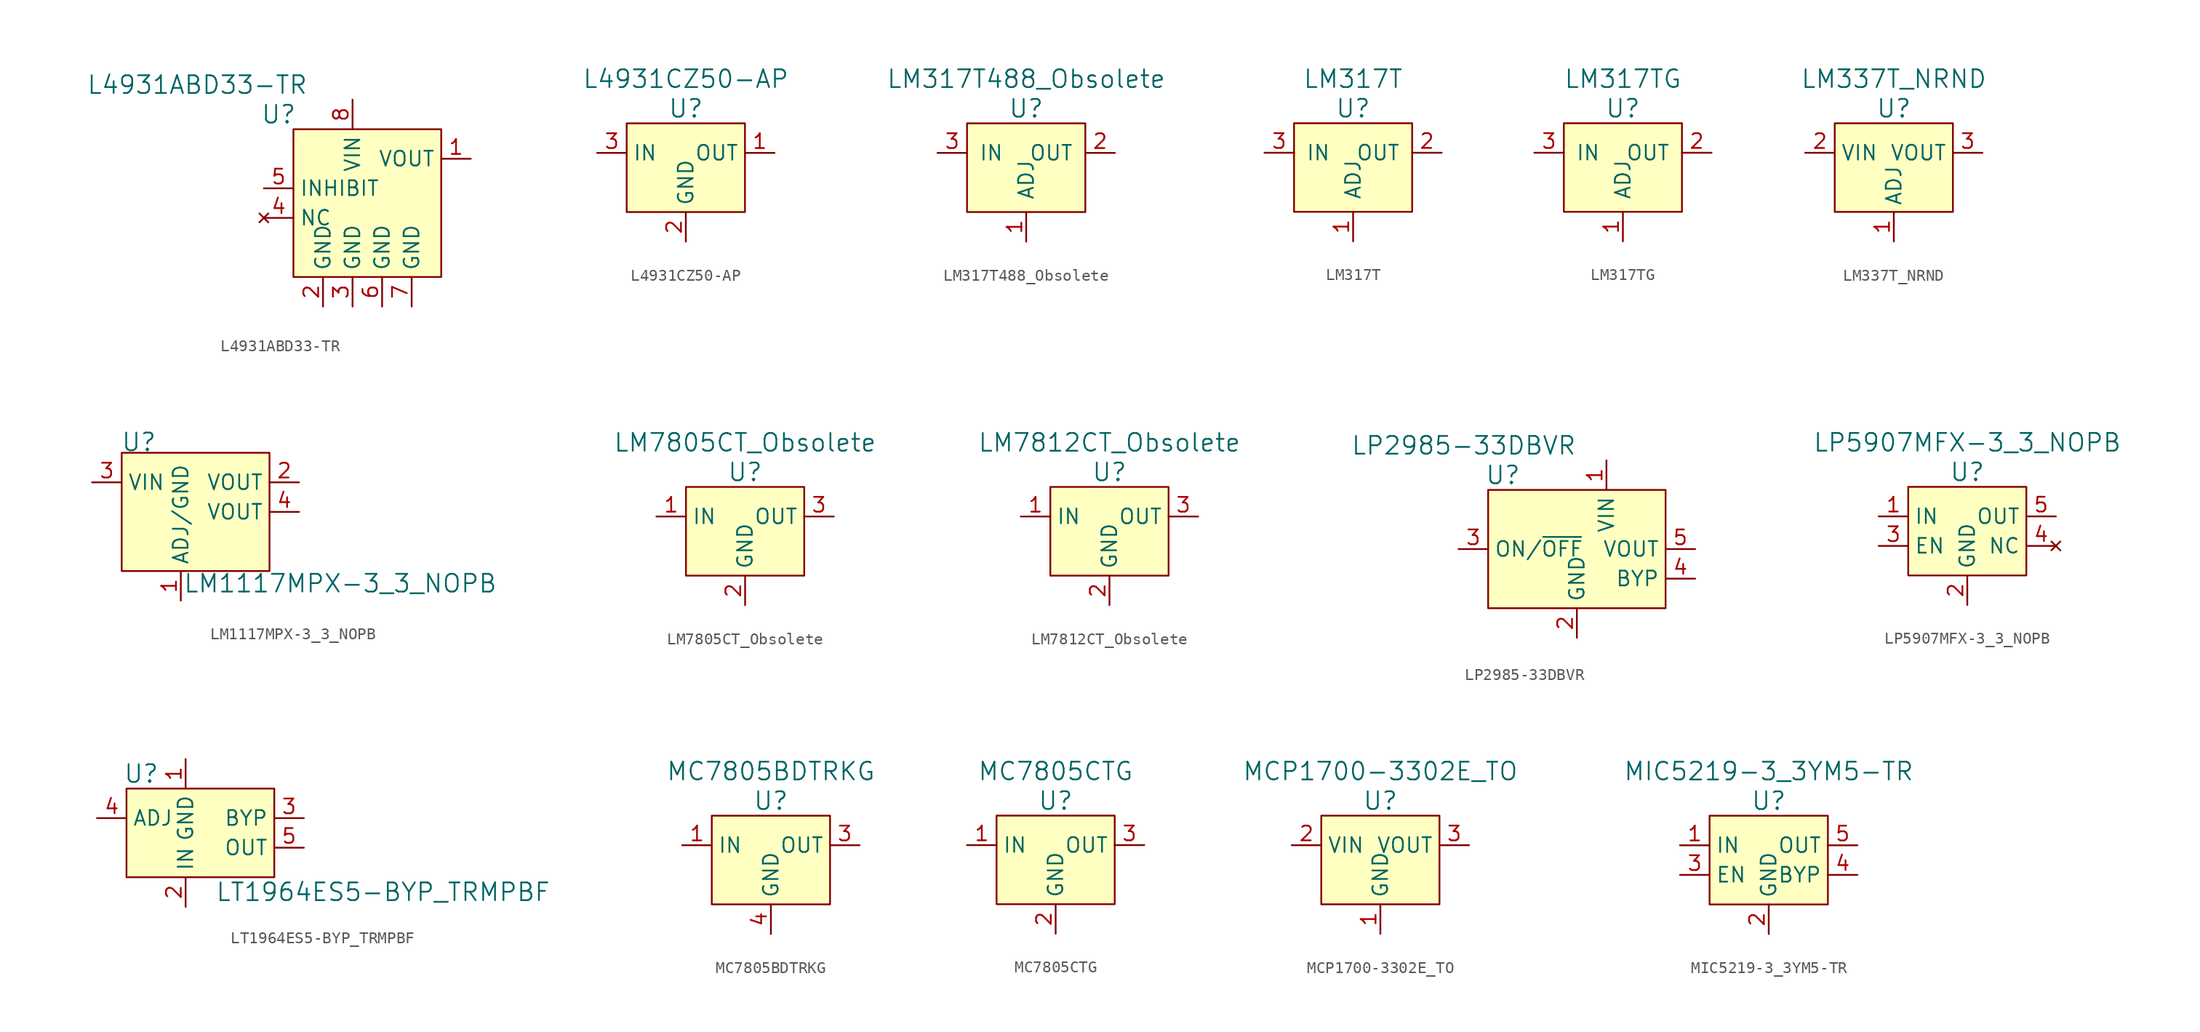
<source format=kicad_sym>
(kicad_symbol_lib
  (version 20220914)
  (generator kicad_symbol_editor)
  (symbol "L4931ABD33-TR"
    (property "Reference" "U"
      (at -6.35 6.35 0)
      (effects (font (size 1.524 1.524))))
    (property "Value" "L4931ABD33-TR"
      (at -3.81 8.89 0)
      (effects (font (size 1.524 1.524)) (justify right)))
    (symbol "L4931ABD33-TR_0_1"
      (rectangle (start -5.08 5.08) (end 7.62 -7.62) (stroke (width 0) (type solid)) (fill (type background))))
    (symbol "L4931ABD33-TR_1_1"
      (pin power_out line (at 10.16 2.54 180) (length 2.54) (name "VOUT" (effects (font (size 1.27 1.27)))) (number "1" (effects (font (size 1.27 1.27)))))
      (pin power_in line (at -2.54 -10.16 90) (length 2.54) (name "GND" (effects (font (size 1.27 1.27)))) (number "2" (effects (font (size 1.27 1.27)))))
      (pin power_in line (at 0 -10.16 90) (length 2.54) (name "GND" (effects (font (size 1.27 1.27)))) (number "3" (effects (font (size 1.27 1.27)))))
      (pin no_connect line (at -7.62 -2.54 0) (length 2.54) (name "NC" (effects (font (size 1.27 1.27)))) (number "4" (effects (font (size 1.27 1.27)))))
      (pin input line (at -7.62 0 0) (length 2.54) (name "INHIBIT" (effects (font (size 1.27 1.27)))) (number "5" (effects (font (size 1.27 1.27)))))
      (pin power_in line (at 2.54 -10.16 90) (length 2.54) (name "GND" (effects (font (size 1.27 1.27)))) (number "6" (effects (font (size 1.27 1.27)))))
      (pin power_in line (at 5.08 -10.16 90) (length 2.54) (name "GND" (effects (font (size 1.27 1.27)))) (number "7" (effects (font (size 1.27 1.27)))))
      (pin power_in line (at 0 7.62 270) (length 2.54) (name "VIN" (effects (font (size 1.27 1.27)))) (number "8" (effects (font (size 1.27 1.27)))))))
  (symbol "L4931CZ50-AP"
    (property "Reference" "U"
      (at 0 3.81 0)
      (effects (font (size 1.524 1.524))))
    (property "Value" "L4931CZ50-AP"
      (at 0 6.35 0)
      (effects (font (size 1.524 1.524))))
    (symbol "L4931CZ50-AP_0_1"
      (rectangle (start -5.08 2.54) (end 5.08 -5.08) (stroke (width 0) (type solid)) (fill (type background))))
    (symbol "L4931CZ50-AP_1_1"
      (pin power_out line (at 7.62 0 180) (length 2.54) (name "OUT" (effects (font (size 1.27 1.27)))) (number "1" (effects (font (size 1.27 1.27)))))
      (pin power_in line (at 0 -7.62 90) (length 2.54) (name "GND" (effects (font (size 1.27 1.27)))) (number "2" (effects (font (size 1.27 1.27)))))
      (pin power_in line (at -7.62 0 0) (length 2.54) (name "IN" (effects (font (size 1.27 1.27)))) (number "3" (effects (font (size 1.27 1.27)))))))
  (symbol "LM317T488_Obsolete"
    (pin_names
      (offset 1.016))
    (property "Reference" "U"
      (at 0 3.81 0)
      (effects (font (size 1.524 1.524))))
    (property "Value" "LM317T488_Obsolete"
      (at 0 6.35 0)
      (effects (font (size 1.524 1.524))))
    (symbol "LM317T488_Obsolete_0_1"
      (rectangle (start -5.08 2.54) (end 5.08 -5.08) (stroke (width 0) (type solid)) (fill (type background))))
    (symbol "LM317T488_Obsolete_1_1"
      (pin input line (at 0 -7.62 90) (length 2.54) (name "ADJ" (effects (font (size 1.27 1.27)))) (number "1" (effects (font (size 1.27 1.27)))))
      (pin power_out line (at 7.62 0 180) (length 2.54) (name "OUT" (effects (font (size 1.27 1.27)))) (number "2" (effects (font (size 1.27 1.27)))))
      (pin power_in line (at -7.62 0 0) (length 2.54) (name "IN" (effects (font (size 1.27 1.27)))) (number "3" (effects (font (size 1.27 1.27)))))))
  (symbol "LM317T"
    (pin_names
      (offset 1.016))
    (property "Reference" "U"
      (at 0 3.81 0)
      (effects (font (size 1.524 1.524))))
    (property "Value" "LM317T"
      (at 0 6.35 0)
      (effects (font (size 1.524 1.524))))
    (symbol "LM317T_0_1"
      (rectangle (start -5.08 2.54) (end 5.08 -5.08) (stroke (width 0) (type solid)) (fill (type background))))
    (symbol "LM317T_1_1"
      (pin input line (at 0 -7.62 90) (length 2.54) (name "ADJ" (effects (font (size 1.27 1.27)))) (number "1" (effects (font (size 1.27 1.27)))))
      (pin power_out line (at 7.62 0 180) (length 2.54) (name "OUT" (effects (font (size 1.27 1.27)))) (number "2" (effects (font (size 1.27 1.27)))))
      (pin power_in line (at -7.62 0 0) (length 2.54) (name "IN" (effects (font (size 1.27 1.27)))) (number "3" (effects (font (size 1.27 1.27)))))))
  (symbol "LM317TG"
    (pin_names
      (offset 1.016))
    (property "Reference" "U"
      (at 0 3.81 0)
      (effects (font (size 1.524 1.524))))
    (property "Value" "LM317TG"
      (at 0 6.35 0)
      (effects (font (size 1.524 1.524))))
    (symbol "LM317TG_0_1"
      (rectangle (start -5.08 2.54) (end 5.08 -5.08) (stroke (width 0) (type solid)) (fill (type background))))
    (symbol "LM317TG_1_1"
      (pin input line (at 0 -7.62 90) (length 2.54) (name "ADJ" (effects (font (size 1.27 1.27)))) (number "1" (effects (font (size 1.27 1.27)))))
      (pin power_out line (at 7.62 0 180) (length 2.54) (name "OUT" (effects (font (size 1.27 1.27)))) (number "2" (effects (font (size 1.27 1.27)))))
      (pin power_in line (at -7.62 0 0) (length 2.54) (name "IN" (effects (font (size 1.27 1.27)))) (number "3" (effects (font (size 1.27 1.27)))))))
  (symbol "LM337T_NRND"
    (property "Reference" "U"
      (at 0 3.81 0)
      (effects (font (size 1.524 1.524))))
    (property "Value" "LM337T_NRND"
      (at 0 6.35 0)
      (effects (font (size 1.524 1.524))))
    (symbol "LM337T_NRND_0_1"
      (rectangle (start -5.08 2.54) (end 5.08 -5.08) (stroke (width 0) (type solid)) (fill (type background))))
    (symbol "LM337T_NRND_1_1"
      (pin input line (at 0 -7.62 90) (length 2.54) (name "ADJ" (effects (font (size 1.27 1.27)))) (number "1" (effects (font (size 1.27 1.27)))))
      (pin power_in line (at -7.62 0 0) (length 2.54) (name "VIN" (effects (font (size 1.27 1.27)))) (number "2" (effects (font (size 1.27 1.27)))))
      (pin power_out line (at 7.62 0 180) (length 2.54) (name "VOUT" (effects (font (size 1.27 1.27)))) (number "3" (effects (font (size 1.27 1.27)))))))
  (symbol "LM1117MPX-3_3_NOPB"
    (property "Reference" "U"
      (at -7.696 3.454 0)
      (effects (font (size 1.524 1.524)) (justify left)))
    (property "Value" "LM1117MPX-3_3_NOPB"
      (at -2.362 -8.687 0)
      (effects (font (size 1.524 1.524)) (justify left)))
    (symbol "LM1117MPX-3_3_NOPB_0_1"
      (rectangle (start 5.08 2.54) (end -7.62 -7.62) (stroke (width 0) (type solid)) (fill (type background))))
    (symbol "LM1117MPX-3_3_NOPB_1_1"
      (pin power_in line (at -2.54 -10.16 90) (length 2.54) (name "ADJ/GND" (effects (font (size 1.27 1.27)))) (number "1" (effects (font (size 1.27 1.27)))))
      (pin power_out line (at 7.62 0 180) (length 2.54) (name "VOUT" (effects (font (size 1.27 1.27)))) (number "2" (effects (font (size 1.27 1.27)))))
      (pin power_in line (at -10.16 0 0) (length 2.54) (name "VIN" (effects (font (size 1.27 1.27)))) (number "3" (effects (font (size 1.27 1.27)))))
      (pin power_out line (at 7.62 -2.54 180) (length 2.54) (name "VOUT" (effects (font (size 1.27 1.27)))) (number "4" (effects (font (size 1.27 1.27)))))))
  (symbol "LM7805CT_Obsolete"
    (property "Reference" "U"
      (at 0 3.81 0)
      (effects (font (size 1.524 1.524))))
    (property "Value" "LM7805CT_Obsolete"
      (at 0 6.35 0)
      (effects (font (size 1.524 1.524))))
    (symbol "LM7805CT_Obsolete_0_1"
      (rectangle (start -5.08 2.54) (end 5.08 -5.08) (stroke (width 0) (type solid)) (fill (type background))))
    (symbol "LM7805CT_Obsolete_1_1"
      (pin power_in line (at -7.62 0 0) (length 2.54) (name "IN" (effects (font (size 1.27 1.27)))) (number "1" (effects (font (size 1.27 1.27)))))
      (pin power_in line (at 0 -7.62 90) (length 2.54) (name "GND" (effects (font (size 1.27 1.27)))) (number "2" (effects (font (size 1.27 1.27)))))
      (pin power_out line (at 7.62 0 180) (length 2.54) (name "OUT" (effects (font (size 1.27 1.27)))) (number "3" (effects (font (size 1.27 1.27)))))))
  (symbol "LM7812CT_Obsolete"
    (property "Reference" "U"
      (at 0 3.81 0)
      (effects (font (size 1.524 1.524))))
    (property "Value" "LM7812CT_Obsolete"
      (at 0 6.35 0)
      (effects (font (size 1.524 1.524))))
    (symbol "LM7812CT_Obsolete_0_1"
      (rectangle (start -5.08 2.54) (end 5.08 -5.08) (stroke (width 0) (type solid)) (fill (type background))))
    (symbol "LM7812CT_Obsolete_1_1"
      (pin power_in line (at -7.62 0 0) (length 2.54) (name "IN" (effects (font (size 1.27 1.27)))) (number "1" (effects (font (size 1.27 1.27)))))
      (pin power_in line (at 0 -7.62 90) (length 2.54) (name "GND" (effects (font (size 1.27 1.27)))) (number "2" (effects (font (size 1.27 1.27)))))
      (pin power_out line (at 7.62 0 180) (length 2.54) (name "OUT" (effects (font (size 1.27 1.27)))) (number "3" (effects (font (size 1.27 1.27)))))))
  (symbol "LP2985-33DBVR"
    (property "Reference" "U"
      (at -6.35 6.35 0)
      (effects (font (size 1.524 1.524))))
    (property "Value" "LP2985-33DBVR"
      (at 0 8.89 0)
      (effects (font (size 1.524 1.524)) (justify right)))
    (symbol "LP2985-33DBVR_0_1"
      (rectangle (start -7.62 5.08) (end 7.62 -5.08) (stroke (width 0) (type solid)) (fill (type background))))
    (symbol "LP2985-33DBVR_1_1"
      (pin power_in line (at 2.54 7.62 270) (length 2.54) (name "VIN" (effects (font (size 1.27 1.27)))) (number "1" (effects (font (size 1.27 1.27)))))
      (pin power_in line (at 0 -7.62 90) (length 2.54) (name "GND" (effects (font (size 1.27 1.27)))) (number "2" (effects (font (size 1.27 1.27)))))
      (pin input line (at -10.16 0 0) (length 2.54) (name "ON/~{OFF}" (effects (font (size 1.27 1.27)))) (number "3" (effects (font (size 1.27 1.27)))))
      (pin passive line (at 10.16 -2.54 180) (length 2.54) (name "BYP" (effects (font (size 1.27 1.27)))) (number "4" (effects (font (size 1.27 1.27)))))
      (pin power_out line (at 10.16 0 180) (length 2.54) (name "VOUT" (effects (font (size 1.27 1.27)))) (number "5" (effects (font (size 1.27 1.27)))))))
  (symbol "LP5907MFX-3_3_NOPB"
    (property "Reference" "U"
      (at 0 8.89 0)
      (effects (font (size 1.524 1.524))))
    (property "Value" "LP5907MFX-3_3_NOPB"
      (at 0 11.43 0)
      (effects (font (size 1.524 1.524))))
    (symbol "LP5907MFX-3_3_NOPB_0_1"
      (rectangle (start -5.08 7.62) (end 5.08 0) (stroke (width 0) (type solid)) (fill (type background))))
    (symbol "LP5907MFX-3_3_NOPB_1_1"
      (pin power_in line (at -7.62 5.08 0) (length 2.54) (name "IN" (effects (font (size 1.27 1.27)))) (number "1" (effects (font (size 1.27 1.27)))))
      (pin power_in line (at 0 -2.54 90) (length 2.54) (name "GND" (effects (font (size 1.27 1.27)))) (number "2" (effects (font (size 1.27 1.27)))))
      (pin input line (at -7.62 2.54 0) (length 2.54) (name "EN" (effects (font (size 1.27 1.27)))) (number "3" (effects (font (size 1.27 1.27)))))
      (pin no_connect line (at 7.62 2.54 180) (length 2.54) (name "NC" (effects (font (size 1.27 1.27)))) (number "4" (effects (font (size 1.27 1.27)))))
      (pin power_out line (at 7.62 5.08 180) (length 2.54) (name "OUT" (effects (font (size 1.27 1.27)))) (number "5" (effects (font (size 1.27 1.27)))))))
  (symbol "LT1964ES5-BYP_TRMPBF"
    (property "Reference" "U"
      (at -3.81 3.81 0)
      (effects (font (size 1.524 1.524))))
    (property "Value" "LT1964ES5-BYP_TRMPBF"
      (at 2.54 -6.35 0)
      (effects (font (size 1.524 1.524)) (justify left)))
    (symbol "LT1964ES5-BYP_TRMPBF_0_1"
      (rectangle (start -5.08 2.54) (end 7.62 -5.08) (stroke (width 0) (type solid)) (fill (type background))))
    (symbol "LT1964ES5-BYP_TRMPBF_1_1"
      (pin power_in line (at 0 5.08 270) (length 2.54) (name "GND" (effects (font (size 1.27 1.27)))) (number "1" (effects (font (size 1.27 1.27)))))
      (pin power_in line (at 0 -7.62 90) (length 2.54) (name "IN" (effects (font (size 1.27 1.27)))) (number "2" (effects (font (size 1.27 1.27)))))
      (pin passive line (at 10.16 0 180) (length 2.54) (name "BYP" (effects (font (size 1.27 1.27)))) (number "3" (effects (font (size 1.27 1.27)))))
      (pin input line (at -7.62 0 0) (length 2.54) (name "ADJ" (effects (font (size 1.27 1.27)))) (number "4" (effects (font (size 1.27 1.27)))))
      (pin output line (at 10.16 -2.54 180) (length 2.54) (name "OUT" (effects (font (size 1.27 1.27)))) (number "5" (effects (font (size 1.27 1.27)))))))
  (symbol "MC7805BDTRKG"
    (property "Reference" "U"
      (at 0 3.81 0)
      (effects (font (size 1.524 1.524))))
    (property "Value" "MC7805BDTRKG"
      (at 0 6.35 0)
      (effects (font (size 1.524 1.524))))
    (symbol "MC7805BDTRKG_0_1"
      (rectangle (start -5.08 2.54) (end 5.08 -5.08) (stroke (width 0) (type solid)) (fill (type background))))
    (symbol "MC7805BDTRKG_1_1"
      (pin input line (at -7.62 0 0) (length 2.54) (name "IN" (effects (font (size 1.27 1.27)))) (number "1" (effects (font (size 1.27 1.27)))))
      (pin output line (at 7.62 0 180) (length 2.54) (name "OUT" (effects (font (size 1.27 1.27)))) (number "3" (effects (font (size 1.27 1.27)))))
      (pin power_in line (at 0 -7.62 90) (length 2.54) (name "GND" (effects (font (size 1.27 1.27)))) (number "4" (effects (font (size 1.27 1.27)))))))
  (symbol "MC7805CTG"
    (property "Reference" "U"
      (at 0 3.81 0)
      (effects (font (size 1.524 1.524))))
    (property "Value" "MC7805CTG"
      (at 0 6.35 0)
      (effects (font (size 1.524 1.524))))
    (symbol "MC7805CTG_0_1"
      (rectangle (start -5.08 2.54) (end 5.08 -5.08) (stroke (width 0) (type solid)) (fill (type background))))
    (symbol "MC7805CTG_1_1"
      (pin power_in line (at -7.62 0 0) (length 2.54) (name "IN" (effects (font (size 1.27 1.27)))) (number "1" (effects (font (size 1.27 1.27)))))
      (pin power_in line (at 0 -7.62 90) (length 2.54) (name "GND" (effects (font (size 1.27 1.27)))) (number "2" (effects (font (size 1.27 1.27)))))
      (pin power_out line (at 7.62 0 180) (length 2.54) (name "OUT" (effects (font (size 1.27 1.27)))) (number "3" (effects (font (size 1.27 1.27)))))))
  (symbol "MCP1700-3302E_TO"
    (property "Reference" "U"
      (at 0 3.81 0)
      (effects (font (size 1.524 1.524))))
    (property "Value" "MCP1700-3302E_TO"
      (at 0 6.35 0)
      (effects (font (size 1.524 1.524))))
    (symbol "MCP1700-3302E_TO_0_1"
      (rectangle (start -5.08 2.54) (end 5.08 -5.08) (stroke (width 0) (type solid)) (fill (type background))))
    (symbol "MCP1700-3302E_TO_1_1"
      (pin power_in line (at 0 -7.62 90) (length 2.54) (name "GND" (effects (font (size 1.27 1.27)))) (number "1" (effects (font (size 1.27 1.27)))))
      (pin power_in line (at -7.62 0 0) (length 2.54) (name "VIN" (effects (font (size 1.27 1.27)))) (number "2" (effects (font (size 1.27 1.27)))))
      (pin power_out line (at 7.62 0 180) (length 2.54) (name "VOUT" (effects (font (size 1.27 1.27)))) (number "3" (effects (font (size 1.27 1.27)))))))
  (symbol "MIC5219-3_3YM5-TR"
    (property "Reference" "U"
      (at 0 3.81 0)
      (effects (font (size 1.524 1.524))))
    (property "Value" "MIC5219-3_3YM5-TR"
      (at 0 6.35 0)
      (effects (font (size 1.524 1.524))))
    (symbol "MIC5219-3_3YM5-TR_0_1"
      (rectangle (start -5.08 2.54) (end 5.08 -5.08) (stroke (width 0) (type solid)) (fill (type background))))
    (symbol "MIC5219-3_3YM5-TR_1_1"
      (pin power_in line (at -7.62 0 0) (length 2.54) (name "IN" (effects (font (size 1.27 1.27)))) (number "1" (effects (font (size 1.27 1.27)))))
      (pin power_in line (at 0 -7.62 90) (length 2.54) (name "GND" (effects (font (size 1.27 1.27)))) (number "2" (effects (font (size 1.27 1.27)))))
      (pin input line (at -7.62 -2.54 0) (length 2.54) (name "EN" (effects (font (size 1.27 1.27)))) (number "3" (effects (font (size 1.27 1.27)))))
      (pin passive line (at 7.62 -2.54 180) (length 2.54) (name "BYP" (effects (font (size 1.27 1.27)))) (number "4" (effects (font (size 1.27 1.27)))))
      (pin power_out line (at 7.62 0 180) (length 2.54) (name "OUT" (effects (font (size 1.27 1.27)))) (number "5" (effects (font (size 1.27 1.27))))))))
</source>
